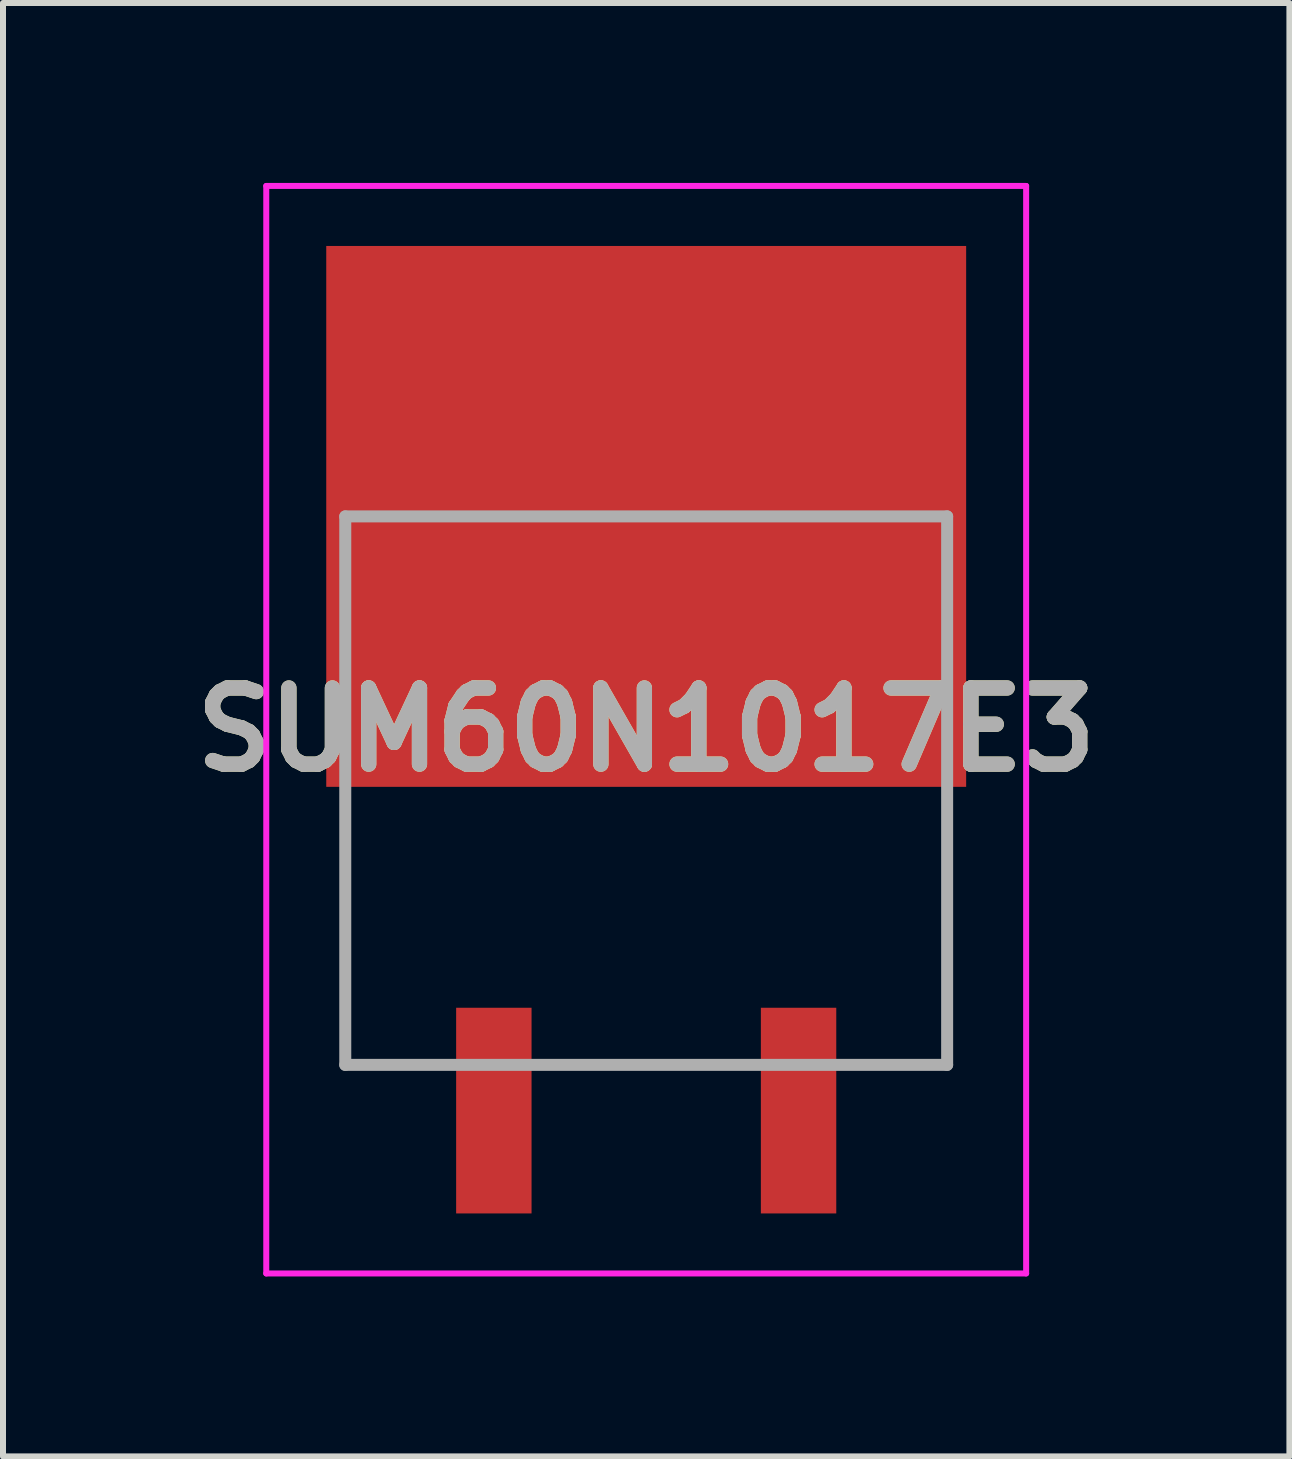
<source format=kicad_pcb>
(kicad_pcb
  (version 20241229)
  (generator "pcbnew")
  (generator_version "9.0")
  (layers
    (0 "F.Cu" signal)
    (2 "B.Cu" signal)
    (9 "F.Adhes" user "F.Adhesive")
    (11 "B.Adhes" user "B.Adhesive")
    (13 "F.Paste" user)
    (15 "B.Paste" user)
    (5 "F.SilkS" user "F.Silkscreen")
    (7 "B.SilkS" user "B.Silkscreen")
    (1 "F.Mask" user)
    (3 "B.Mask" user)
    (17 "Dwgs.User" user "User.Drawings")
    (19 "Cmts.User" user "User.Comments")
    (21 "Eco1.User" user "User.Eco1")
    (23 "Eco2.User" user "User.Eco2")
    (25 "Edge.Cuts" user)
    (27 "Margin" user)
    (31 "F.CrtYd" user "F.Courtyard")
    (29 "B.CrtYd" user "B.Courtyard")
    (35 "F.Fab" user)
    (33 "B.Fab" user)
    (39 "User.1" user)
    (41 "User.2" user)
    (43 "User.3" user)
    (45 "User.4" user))
  (footprint "SUM60N1017E3"
    (layer "F.Cu")
    (at 7.723 10.512)
    (property "Reference" "SUM60N1017E3" (at 0 -1.397 0) (layer "F.SilkS") (effects (font (size 1.27 1.27) (thickness 0.254))))
    (attr smd)
    (fp_line (start -5.017 4.191) (end -5.017 -0.153) (stroke (width 0.1) (type solid)) (layer "F.SilkS"))
    (fp_line (start -3.4 4.191) (end -5.017 4.191) (stroke (width 0.1) (type solid)) (layer "F.SilkS"))
    (fp_line (start 1.6 4.191) (end -1.6 4.191) (stroke (width 0.1) (type solid)) (layer "F.SilkS"))
    (fp_line (start 5.017 -0.153) (end 5.017 4.191) (stroke (width 0.1) (type solid)) (layer "F.SilkS"))
    (fp_line (start 5.017 4.191) (end 3.4 4.191) (stroke (width 0.1) (type solid)) (layer "F.SilkS"))
    (fp_line (start -6.334 -10.462) (end 6.334 -10.462) (stroke (width 0.1) (type solid)) (layer "F.CrtYd"))
    (fp_line (start -6.334 7.668) (end -6.334 -10.462) (stroke (width 0.1) (type solid)) (layer "F.CrtYd"))
    (fp_line (start 6.334 -10.462) (end 6.334 7.668) (stroke (width 0.1) (type solid)) (layer "F.CrtYd"))
    (fp_line (start 6.334 7.668) (end -6.334 7.668) (stroke (width 0.1) (type solid)) (layer "F.CrtYd"))
    (fp_line (start -5.017 -4.953) (end 5.017 -4.953) (stroke (width 0.2) (type solid)) (layer "F.Fab"))
    (fp_line (start -5.017 4.191) (end -5.017 -4.953) (stroke (width 0.2) (type solid)) (layer "F.Fab"))
    (fp_line (start 5.017 -4.953) (end 5.017 4.191) (stroke (width 0.2) (type solid)) (layer "F.Fab"))
    (fp_line (start 5.017 4.191) (end -5.017 4.191) (stroke (width 0.2) (type solid)) (layer "F.Fab"))
    (fp_text user "${REFERENCE}" (at 0 -1.397 0) (layer "F.Fab") (effects (font (size 1.27 1.27) (thickness 0.254))))
    (pad "1" smd rect (at -2.54 4.953) (size 1.257 3.429) (layers "F.Cu" "F.Mask" "F.Paste"))
    (pad "2" smd rect (at 0 -4.953 90) (size 9.017 10.668) (layers "F.Cu" "F.Mask" "F.Paste"))
    (pad "3" smd rect (at 2.54 4.953) (size 1.257 3.429) (layers "F.Cu" "F.Mask" "F.Paste")))
  (gr_rect
    (start -3 -3)
    (end 18.446 21.23)
    (stroke (width 0.1) (type default))
    (fill no)
    (layer "Edge.Cuts")))
</source>
